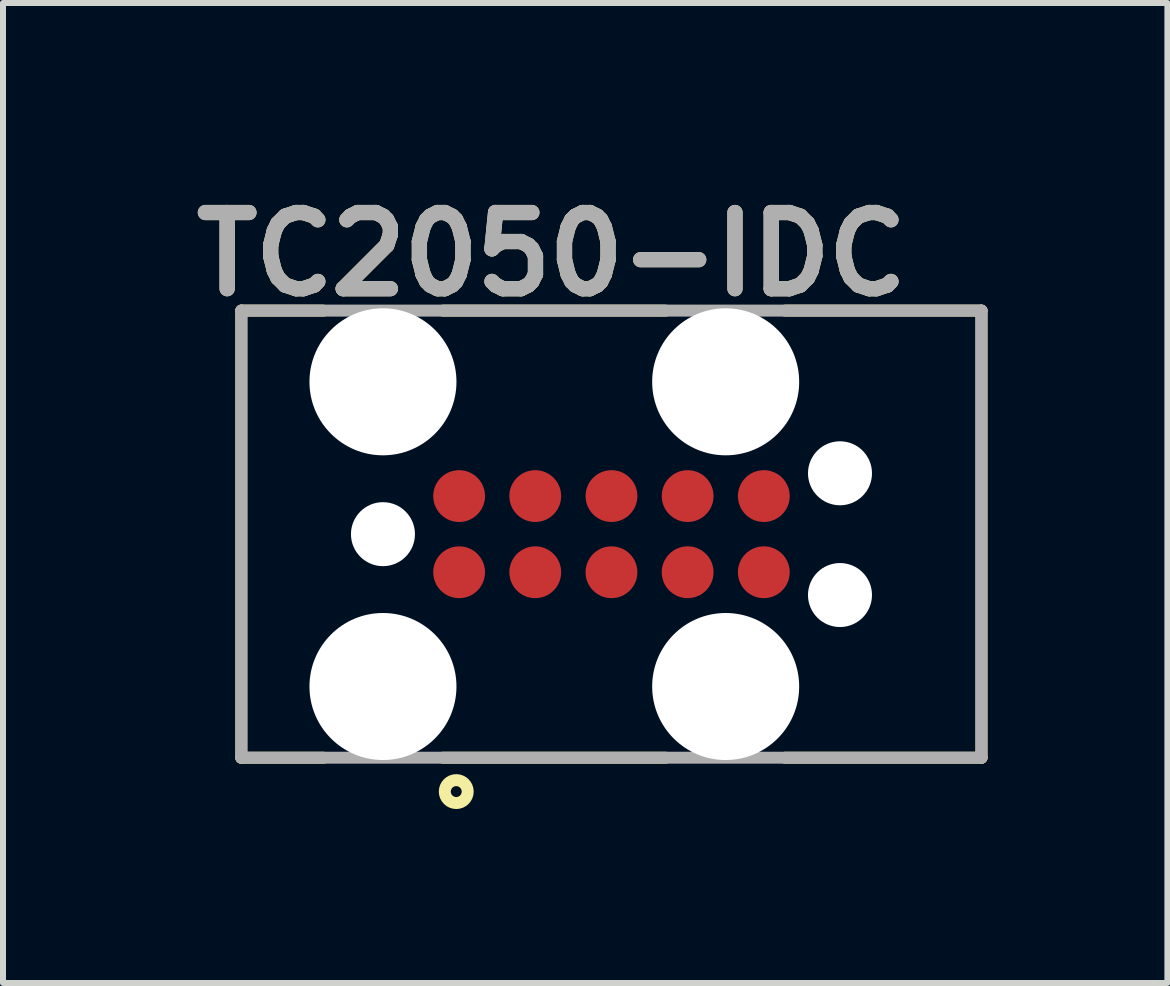
<source format=kicad_pcb>
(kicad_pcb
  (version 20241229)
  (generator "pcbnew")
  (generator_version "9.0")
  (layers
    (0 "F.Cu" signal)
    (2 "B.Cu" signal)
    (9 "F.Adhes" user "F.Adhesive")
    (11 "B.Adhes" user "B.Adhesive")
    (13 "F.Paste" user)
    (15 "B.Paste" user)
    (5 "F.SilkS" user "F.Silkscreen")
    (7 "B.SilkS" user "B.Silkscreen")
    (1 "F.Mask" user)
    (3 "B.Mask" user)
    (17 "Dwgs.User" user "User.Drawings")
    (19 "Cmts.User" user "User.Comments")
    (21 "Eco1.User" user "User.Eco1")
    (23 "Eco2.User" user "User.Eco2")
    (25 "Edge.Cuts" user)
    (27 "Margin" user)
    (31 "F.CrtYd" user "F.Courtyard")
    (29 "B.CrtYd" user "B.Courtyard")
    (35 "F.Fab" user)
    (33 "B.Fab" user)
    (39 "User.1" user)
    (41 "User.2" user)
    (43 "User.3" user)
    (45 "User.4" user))
  (footprint "TC2050-IDC"
    (layer "F.Cu")
    (at 6.192 3.316)
    (property "Reference" "TC2050-IDC" (at -0.042 -2.127 0) (layer "F.SilkS") (effects (font (size 1.27 1.27) (thickness 0.254))))
    (attr through_hole)
    (fp_line (start -5.218 -1.187) (end -3.854 -1.187) (stroke (width 0.2) (type solid)) (layer "F.SilkS"))
    (fp_line (start -5.218 6.267) (end -5.218 -1.187) (stroke (width 0.2) (type solid)) (layer "F.SilkS"))
    (fp_line (start -5.218 6.267) (end -3.854 6.267) (stroke (width 0.2) (type solid)) (layer "F.SilkS"))
    (fp_line (start -1.853 -1.187) (end 1.853 -1.187) (stroke (width 0.2) (type solid)) (layer "F.SilkS"))
    (fp_line (start -1.853 6.267) (end 1.853 6.267) (stroke (width 0.2) (type solid)) (layer "F.SilkS"))
    (fp_line (start 7.122 -1.187) (end 3.85 -1.187) (stroke (width 0.2) (type solid)) (layer "F.SilkS"))
    (fp_line (start 7.122 -1.187) (end 7.122 6.267) (stroke (width 0.2) (type solid)) (layer "F.SilkS"))
    (fp_line (start 7.122 6.267) (end 3.85 6.267) (stroke (width 0.2) (type solid)) (layer "F.SilkS"))
    (fp_circle (center -1.635 6.832) (end -1.635 6.923) (stroke (width 0.2) (type solid)) (fill no) (layer "F.SilkS"))
    (fp_line (start -5.218 -1.187) (end 7.122 -1.187) (stroke (width 0.2) (type solid)) (layer "F.Fab"))
    (fp_line (start -5.218 6.267) (end -5.218 -1.187) (stroke (width 0.2) (type solid)) (layer "F.Fab"))
    (fp_line (start 7.122 -1.187) (end 7.122 6.267) (stroke (width 0.2) (type solid)) (layer "F.Fab"))
    (fp_line (start 7.122 6.267) (end -5.218 6.267) (stroke (width 0.2) (type solid)) (layer "F.Fab"))
    (fp_text user "${REFERENCE}" (at -0.042 -2.127 0) (layer "F.Fab") (effects (font (size 1.27 1.27) (thickness 0.254))))
    (pad "" np_thru_hole circle (at -2.857 0) (size 2.451 2.451) (drill 2.451) (layers "*.Cu" "*.Mask"))
    (pad "" np_thru_hole circle (at -2.857 2.54) (size 1.067 1.067) (drill 1.067) (layers "*.Cu" "*.Mask"))
    (pad "" np_thru_hole circle (at -2.857 5.08) (size 2.451 2.451) (drill 2.451) (layers "*.Cu" "*.Mask"))
    (pad "" np_thru_hole circle (at 2.857 0) (size 2.451 2.451) (drill 2.451) (layers "*.Cu" "*.Mask"))
    (pad "" np_thru_hole circle (at 2.857 5.08) (size 2.451 2.451) (drill 2.451) (layers "*.Cu" "*.Mask"))
    (pad "" np_thru_hole circle (at 4.763 1.525) (size 1.067 1.067) (drill 1.067) (layers "*.Cu" "*.Mask"))
    (pad "" np_thru_hole circle (at 4.763 3.555) (size 1.067 1.067) (drill 1.067) (layers "*.Cu" "*.Mask"))
    (pad "1" smd circle (at -1.587 3.175 90) (size 0.864 0.864) (layers "F.Cu" "F.Mask" "F.Paste"))
    (pad "2" smd circle (at -0.318 3.175 90) (size 0.864 0.864) (layers "F.Cu" "F.Mask" "F.Paste"))
    (pad "3" smd circle (at 0.953 3.175 90) (size 0.864 0.864) (layers "F.Cu" "F.Mask" "F.Paste"))
    (pad "4" smd circle (at 2.223 3.175 90) (size 0.864 0.864) (layers "F.Cu" "F.Mask" "F.Paste"))
    (pad "5" smd circle (at 3.493 3.175 90) (size 0.864 0.864) (layers "F.Cu" "F.Mask" "F.Paste"))
    (pad "6" smd circle (at 3.493 1.905 90) (size 0.864 0.864) (layers "F.Cu" "F.Mask" "F.Paste"))
    (pad "7" smd circle (at 2.223 1.905 90) (size 0.864 0.864) (layers "F.Cu" "F.Mask" "F.Paste"))
    (pad "8" smd circle (at 0.953 1.905 90) (size 0.864 0.864) (layers "F.Cu" "F.Mask" "F.Paste"))
    (pad "9" smd circle (at -0.318 1.905 90) (size 0.864 0.864) (layers "F.Cu" "F.Mask" "F.Paste"))
    (pad "10" smd circle (at -1.587 1.905 90) (size 0.864 0.864) (layers "F.Cu" "F.Mask" "F.Paste")))
  (gr_rect
    (start -3 -3)
    (end 16.414 13.339)
    (stroke (width 0.1) (type default))
    (fill no)
    (layer "Edge.Cuts")))
</source>
